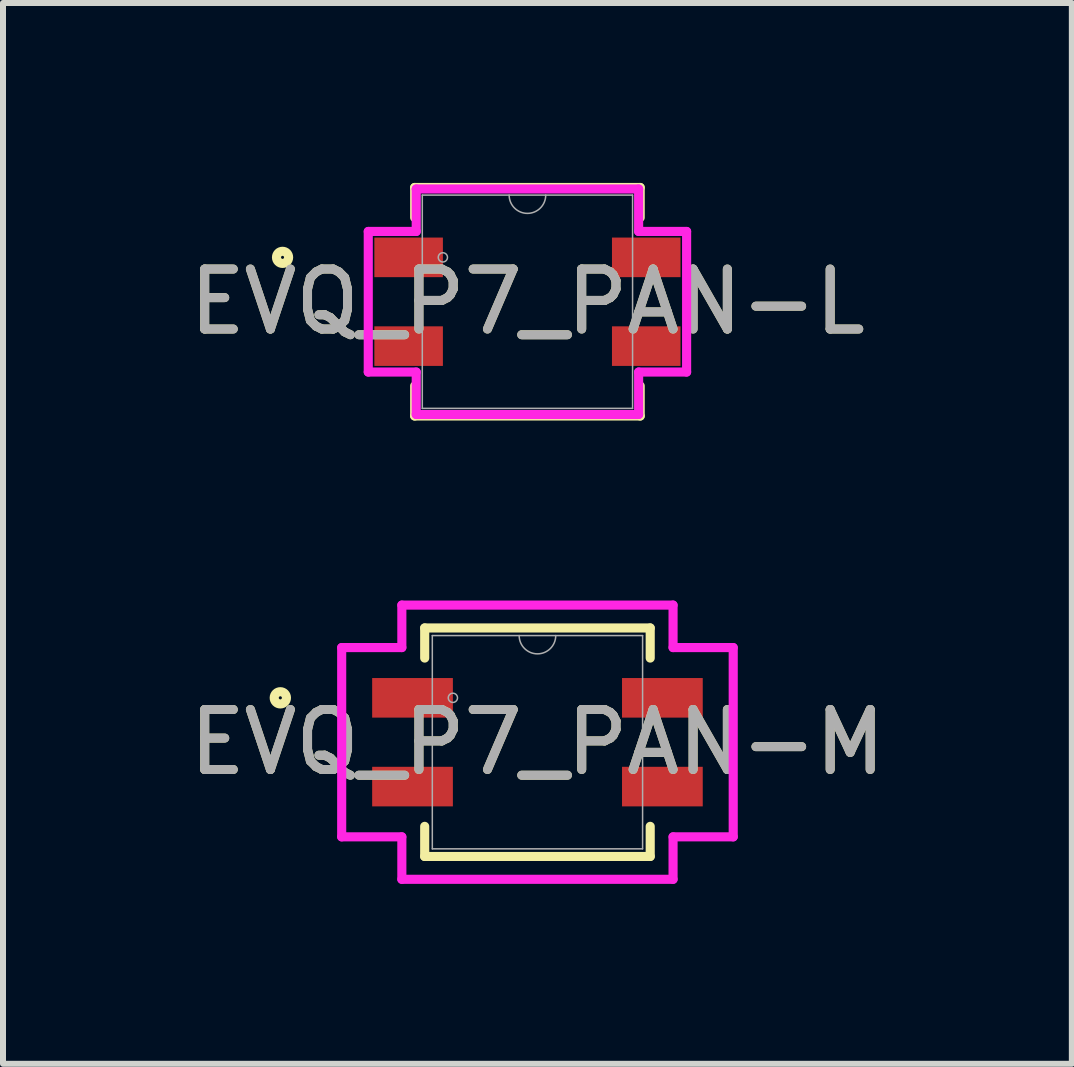
<source format=kicad_pcb>
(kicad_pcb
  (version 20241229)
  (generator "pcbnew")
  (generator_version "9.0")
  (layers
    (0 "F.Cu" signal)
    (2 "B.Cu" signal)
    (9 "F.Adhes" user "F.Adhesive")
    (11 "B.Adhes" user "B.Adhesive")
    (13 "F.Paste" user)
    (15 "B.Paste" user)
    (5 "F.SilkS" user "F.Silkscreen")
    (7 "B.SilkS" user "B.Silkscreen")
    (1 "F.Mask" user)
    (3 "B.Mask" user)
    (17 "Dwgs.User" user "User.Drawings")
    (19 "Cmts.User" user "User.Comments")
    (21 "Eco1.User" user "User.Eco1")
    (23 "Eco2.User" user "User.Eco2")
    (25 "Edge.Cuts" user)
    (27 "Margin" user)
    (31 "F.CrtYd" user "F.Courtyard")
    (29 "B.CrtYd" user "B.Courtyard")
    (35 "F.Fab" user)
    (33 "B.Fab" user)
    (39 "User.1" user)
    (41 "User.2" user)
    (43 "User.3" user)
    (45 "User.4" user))
  (footprint "EVQ_P7_PAN-L"
    (layer "F.Cu")
    (at 5.744 1.981)
    (property "Reference" "EVQ_P7_PAN-L" (at 0 0 0) (unlocked yes) (layer "F.SilkS") (effects (font (size 1 1) (thickness 0.15))))
    (attr smd)
    (fp_line (start -1.88 -1.905) (end -1.88 -1.403) (stroke (width 0.152) (type solid)) (layer "F.SilkS"))
    (fp_line (start -1.88 1.403) (end -1.88 1.905) (stroke (width 0.152) (type solid)) (layer "F.SilkS"))
    (fp_line (start -1.88 1.905) (end 1.88 1.905) (stroke (width 0.152) (type solid)) (layer "F.SilkS"))
    (fp_line (start 1.88 -1.905) (end -1.88 -1.905) (stroke (width 0.152) (type solid)) (layer "F.SilkS"))
    (fp_line (start 1.88 -1.403) (end 1.88 -1.905) (stroke (width 0.152) (type solid)) (layer "F.SilkS"))
    (fp_line (start 1.88 1.905) (end 1.88 1.403) (stroke (width 0.152) (type solid)) (layer "F.SilkS"))
    (fp_circle (center -4.083 -0.74) (end -3.982 -0.74) (stroke (width 0.152) (type solid)) (fill no) (layer "F.SilkS"))
    (fp_line (start -2.654 -1.172) (end -1.854 -1.172) (stroke (width 0.152) (type solid)) (layer "F.CrtYd"))
    (fp_line (start -2.654 1.172) (end -2.654 -1.172) (stroke (width 0.152) (type solid)) (layer "F.CrtYd"))
    (fp_line (start -2.654 1.172) (end -1.854 1.172) (stroke (width 0.152) (type solid)) (layer "F.CrtYd"))
    (fp_line (start -1.854 -1.88) (end 1.854 -1.88) (stroke (width 0.152) (type solid)) (layer "F.CrtYd"))
    (fp_line (start -1.854 -1.172) (end -1.854 -1.88) (stroke (width 0.152) (type solid)) (layer "F.CrtYd"))
    (fp_line (start -1.854 1.88) (end -1.854 1.172) (stroke (width 0.152) (type solid)) (layer "F.CrtYd"))
    (fp_line (start 1.854 -1.88) (end 1.854 -1.172) (stroke (width 0.152) (type solid)) (layer "F.CrtYd"))
    (fp_line (start 1.854 1.172) (end 1.854 1.88) (stroke (width 0.152) (type solid)) (layer "F.CrtYd"))
    (fp_line (start 1.854 1.88) (end -1.854 1.88) (stroke (width 0.152) (type solid)) (layer "F.CrtYd"))
    (fp_line (start 2.654 -1.172) (end 1.854 -1.172) (stroke (width 0.152) (type solid)) (layer "F.CrtYd"))
    (fp_line (start 2.654 -1.172) (end 2.654 1.172) (stroke (width 0.152) (type solid)) (layer "F.CrtYd"))
    (fp_line (start 2.654 1.172) (end 1.854 1.172) (stroke (width 0.152) (type solid)) (layer "F.CrtYd"))
    (fp_line (start -1.753 -1.778) (end -1.753 1.778) (stroke (width 0.025) (type solid)) (layer "F.Fab"))
    (fp_line (start -1.753 1.778) (end 1.753 1.778) (stroke (width 0.025) (type solid)) (layer "F.Fab"))
    (fp_line (start 1.753 -1.778) (end -1.753 -1.778) (stroke (width 0.025) (type solid)) (layer "F.Fab"))
    (fp_line (start 1.753 1.778) (end 1.753 -1.778) (stroke (width 0.025) (type solid)) (layer "F.Fab"))
    (fp_arc (start 0.3048 -1.778) (mid 0 -1.4732) (end -0.3048 -1.778) (stroke (width 0.0254) (type solid)) (layer "F.Fab"))
    (fp_circle (center -1.41 -0.74) (end -1.333 -0.74) (stroke (width 0.025) (type solid)) (fill no) (layer "F.Fab"))
    (fp_text user "${REFERENCE}" (at 0 0 0) (unlocked yes) (layer "F.Fab") (effects (font (size 1 1) (thickness 0.15))))
    (pad "1" smd rect (at -1.981 -0.74) (size 1.143 0.66) (layers "F.Cu" "F.Mask" "F.Paste"))
    (pad "1*" smd rect (at 1.981 -0.74) (size 1.143 0.66) (layers "F.Cu" "F.Mask" "F.Paste"))
    (pad "2" smd rect (at -1.981 0.74) (size 1.143 0.66) (layers "F.Cu" "F.Mask" "F.Paste"))
    (pad "2*" smd rect (at 1.981 0.74) (size 1.143 0.66) (layers "F.Cu" "F.Mask" "F.Paste")))
  (footprint "EVQ_P7_PAN-M"
    (layer "F.Cu")
    (at 5.911 9.325)
    (property "Reference" "EVQ_P7_PAN-M" (at 0 0 0) (unlocked yes) (layer "F.SilkS") (effects (font (size 1 1) (thickness 0.15))))
    (attr smd)
    (fp_line (start -1.88 -1.905) (end -1.88 -1.403) (stroke (width 0.152) (type solid)) (layer "F.SilkS"))
    (fp_line (start -1.88 1.403) (end -1.88 1.905) (stroke (width 0.152) (type solid)) (layer "F.SilkS"))
    (fp_line (start -1.88 1.905) (end 1.88 1.905) (stroke (width 0.152) (type solid)) (layer "F.SilkS"))
    (fp_line (start 1.88 -1.905) (end -1.88 -1.905) (stroke (width 0.152) (type solid)) (layer "F.SilkS"))
    (fp_line (start 1.88 -1.403) (end 1.88 -1.905) (stroke (width 0.152) (type solid)) (layer "F.SilkS"))
    (fp_line (start 1.88 1.905) (end 1.88 1.403) (stroke (width 0.152) (type solid)) (layer "F.SilkS"))
    (fp_circle (center -4.287 -0.74) (end -4.185 -0.74) (stroke (width 0.152) (type solid)) (fill no) (layer "F.SilkS"))
    (fp_line (start -3.264 -1.578) (end -2.261 -1.578) (stroke (width 0.152) (type solid)) (layer "F.CrtYd"))
    (fp_line (start -3.264 1.578) (end -3.264 -1.578) (stroke (width 0.152) (type solid)) (layer "F.CrtYd"))
    (fp_line (start -3.264 1.578) (end -2.261 1.578) (stroke (width 0.152) (type solid)) (layer "F.CrtYd"))
    (fp_line (start -2.261 -2.286) (end 2.261 -2.286) (stroke (width 0.152) (type solid)) (layer "F.CrtYd"))
    (fp_line (start -2.261 -1.578) (end -2.261 -2.286) (stroke (width 0.152) (type solid)) (layer "F.CrtYd"))
    (fp_line (start -2.261 2.286) (end -2.261 1.578) (stroke (width 0.152) (type solid)) (layer "F.CrtYd"))
    (fp_line (start 2.261 -2.286) (end 2.261 -1.578) (stroke (width 0.152) (type solid)) (layer "F.CrtYd"))
    (fp_line (start 2.261 1.578) (end 2.261 2.286) (stroke (width 0.152) (type solid)) (layer "F.CrtYd"))
    (fp_line (start 2.261 2.286) (end -2.261 2.286) (stroke (width 0.152) (type solid)) (layer "F.CrtYd"))
    (fp_line (start 3.264 -1.578) (end 2.261 -1.578) (stroke (width 0.152) (type solid)) (layer "F.CrtYd"))
    (fp_line (start 3.264 -1.578) (end 3.264 1.578) (stroke (width 0.152) (type solid)) (layer "F.CrtYd"))
    (fp_line (start 3.264 1.578) (end 2.261 1.578) (stroke (width 0.152) (type solid)) (layer "F.CrtYd"))
    (fp_line (start -1.753 -1.778) (end -1.753 1.778) (stroke (width 0.025) (type solid)) (layer "F.Fab"))
    (fp_line (start -1.753 1.778) (end 1.753 1.778) (stroke (width 0.025) (type solid)) (layer "F.Fab"))
    (fp_line (start 1.753 -1.778) (end -1.753 -1.778) (stroke (width 0.025) (type solid)) (layer "F.Fab"))
    (fp_line (start 1.753 1.778) (end 1.753 -1.778) (stroke (width 0.025) (type solid)) (layer "F.Fab"))
    (fp_arc (start 0.3048 -1.778) (mid 0 -1.4732) (end -0.3048 -1.778) (stroke (width 0.0254) (type solid)) (layer "F.Fab"))
    (fp_circle (center -1.41 -0.74) (end -1.333 -0.74) (stroke (width 0.025) (type solid)) (fill no) (layer "F.Fab"))
    (fp_text user "${REFERENCE}" (at 0 0 0) (unlocked yes) (layer "F.Fab") (effects (font (size 1 1) (thickness 0.15))))
    (pad "1" smd rect (at -2.083 -0.74) (size 1.346 0.66) (layers "F.Cu" "F.Mask" "F.Paste"))
    (pad "1*" smd rect (at 2.083 -0.74) (size 1.346 0.66) (layers "F.Cu" "F.Mask" "F.Paste"))
    (pad "2" smd rect (at -2.083 0.74) (size 1.346 0.66) (layers "F.Cu" "F.Mask" "F.Paste"))
    (pad "2*" smd rect (at 2.083 0.74) (size 1.346 0.66) (layers "F.Cu" "F.Mask" "F.Paste")))
  (gr_rect
    (start -3 -3)
    (end 14.821 14.687)
    (stroke (width 0.1) (type default))
    (fill no)
    (layer "Edge.Cuts")))
</source>
